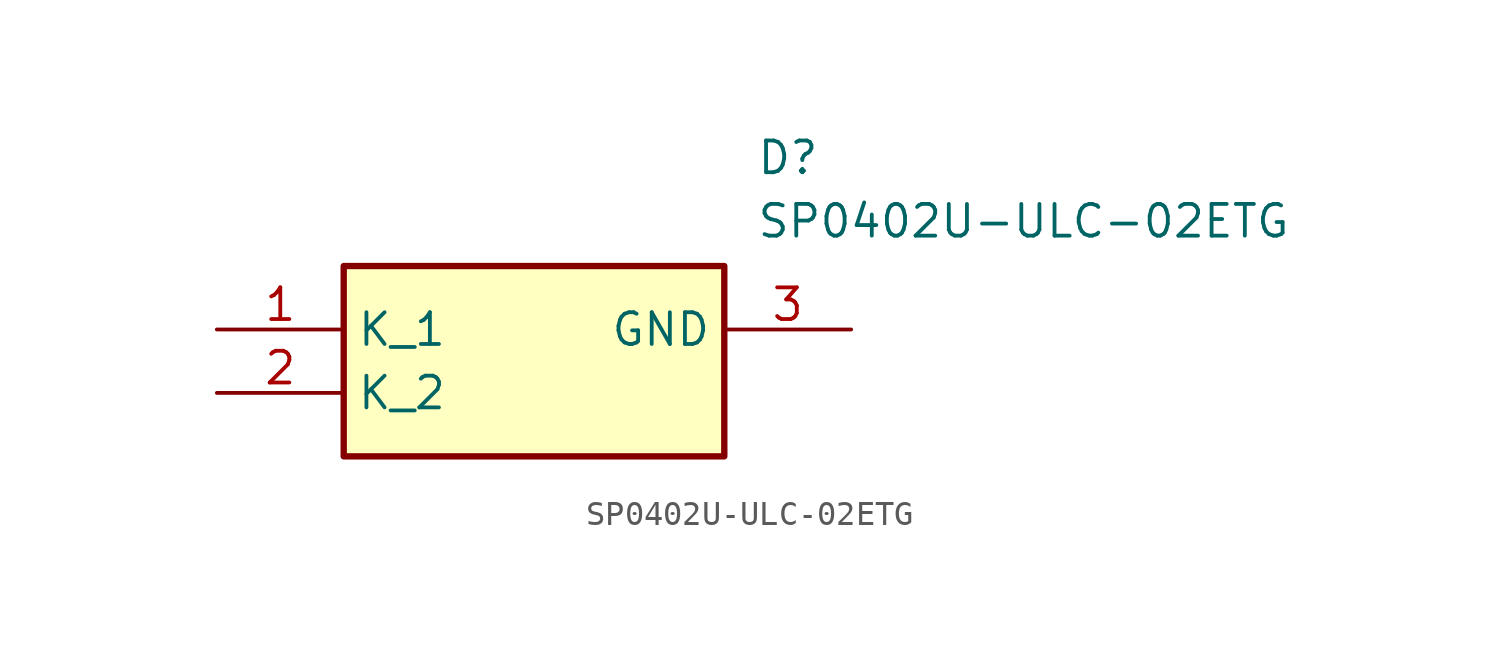
<source format=kicad_sym>
(kicad_symbol_lib
  (version 20211014)
  (generator SamacSys_ECAD_Model)
  (symbol "SP0402U-ULC-02ETG"
    (property "Reference" "D"
      (at 21.59 7.62 0)
      (effects (font (size 1.27 1.27)) (justify left top)))
    (property "Value" "SP0402U-ULC-02ETG"
      (at 21.59 5.08 0)
      (effects (font (size 1.27 1.27)) (justify left top)))
    (rectangle
      (start 5.08 2.54)
      (end 20.32 -5.08)
      (stroke (width 0.254) (type default))
      (fill (type background)))
    (pin passive line
      (at 0 0 0)
      (length 5.08)
      (name "K_1" (effects (font (size 1.27 1.27))))
      (number "1" (effects (font (size 1.27 1.27)))))
    (pin passive line
      (at 0 -2.54 0)
      (length 5.08)
      (name "K_2" (effects (font (size 1.27 1.27))))
      (number "2" (effects (font (size 1.27 1.27)))))
    (pin passive line
      (at 25.4 0 180)
      (length 5.08)
      (name "GND" (effects (font (size 1.27 1.27))))
      (number "3" (effects (font (size 1.27 1.27)))))))
</source>
